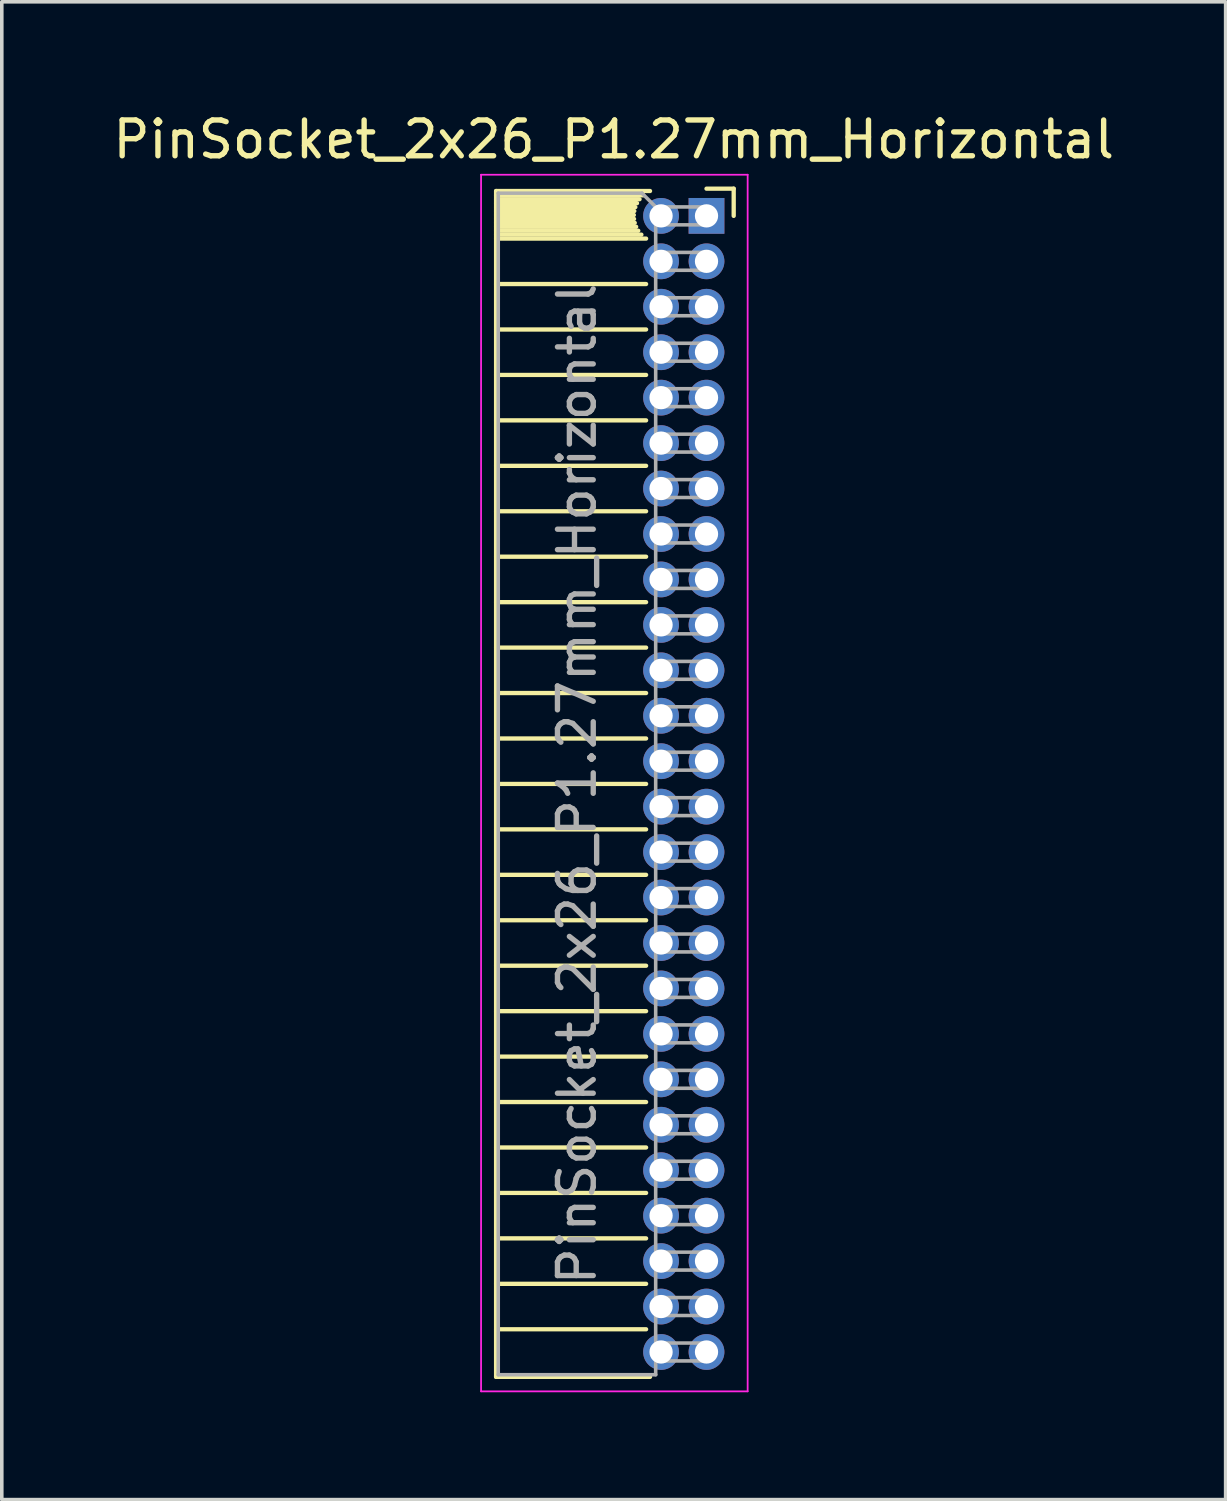
<source format=kicad_pcb>
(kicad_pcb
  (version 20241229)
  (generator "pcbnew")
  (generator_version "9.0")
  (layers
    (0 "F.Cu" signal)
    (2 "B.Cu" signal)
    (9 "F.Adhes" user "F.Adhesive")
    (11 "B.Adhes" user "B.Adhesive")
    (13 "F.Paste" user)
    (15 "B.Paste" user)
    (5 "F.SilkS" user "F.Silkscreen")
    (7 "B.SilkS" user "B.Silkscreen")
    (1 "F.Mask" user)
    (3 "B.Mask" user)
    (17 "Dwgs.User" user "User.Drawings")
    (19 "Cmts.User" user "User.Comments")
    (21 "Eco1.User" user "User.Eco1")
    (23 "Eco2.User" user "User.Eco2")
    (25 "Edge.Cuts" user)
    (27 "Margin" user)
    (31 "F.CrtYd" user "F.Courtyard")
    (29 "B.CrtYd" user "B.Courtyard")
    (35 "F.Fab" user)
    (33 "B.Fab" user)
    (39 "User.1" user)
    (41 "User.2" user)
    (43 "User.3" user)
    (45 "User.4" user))
  (footprint "PinSocket_2x26_P1.27mm_Horizontal"
    (layer "F.Cu")
    (at 16.694 2.983)
    (property "Reference" "PinSocket_2x26_P1.27mm_Horizontal" (at -2.592 -2.135 0) (layer "F.SilkS") (effects (font (size 1 1) (thickness 0.15))))
    (attr through_hole)
    (fp_line (start -5.88 -0.695) (end -5.88 32.445) (stroke (width 0.12) (type solid)) (layer "F.SilkS"))
    (fp_line (start -5.88 -0.695) (end -1.578 -0.695) (stroke (width 0.12) (type solid)) (layer "F.SilkS"))
    (fp_line (start -5.88 -0.575) (end -1.767 -0.575) (stroke (width 0.12) (type solid)) (layer "F.SilkS"))
    (fp_line (start -5.88 -0.465) (end -1.871 -0.465) (stroke (width 0.12) (type solid)) (layer "F.SilkS"))
    (fp_line (start -5.88 -0.355) (end -1.942 -0.355) (stroke (width 0.12) (type solid)) (layer "F.SilkS"))
    (fp_line (start -5.88 -0.245) (end -1.989 -0.245) (stroke (width 0.12) (type solid)) (layer "F.SilkS"))
    (fp_line (start -5.88 -0.135) (end -2.018 -0.135) (stroke (width 0.12) (type solid)) (layer "F.SilkS"))
    (fp_line (start -5.88 -0.025) (end -2.03 -0.025) (stroke (width 0.12) (type solid)) (layer "F.SilkS"))
    (fp_line (start -5.88 0.085) (end -2.025 0.085) (stroke (width 0.12) (type solid)) (layer "F.SilkS"))
    (fp_line (start -5.88 0.195) (end -2.005 0.195) (stroke (width 0.12) (type solid)) (layer "F.SilkS"))
    (fp_line (start -5.88 0.305) (end -1.966 0.305) (stroke (width 0.12) (type solid)) (layer "F.SilkS"))
    (fp_line (start -5.88 0.415) (end -1.907 0.415) (stroke (width 0.12) (type solid)) (layer "F.SilkS"))
    (fp_line (start -5.88 0.525) (end -1.82 0.525) (stroke (width 0.12) (type solid)) (layer "F.SilkS"))
    (fp_line (start -5.88 0.635) (end -1.688 0.635) (stroke (width 0.12) (type solid)) (layer "F.SilkS"))
    (fp_line (start -5.88 1.905) (end -1.688 1.905) (stroke (width 0.12) (type solid)) (layer "F.SilkS"))
    (fp_line (start -5.88 3.175) (end -1.688 3.175) (stroke (width 0.12) (type solid)) (layer "F.SilkS"))
    (fp_line (start -5.88 4.445) (end -1.688 4.445) (stroke (width 0.12) (type solid)) (layer "F.SilkS"))
    (fp_line (start -5.88 5.715) (end -1.688 5.715) (stroke (width 0.12) (type solid)) (layer "F.SilkS"))
    (fp_line (start -5.88 6.985) (end -1.688 6.985) (stroke (width 0.12) (type solid)) (layer "F.SilkS"))
    (fp_line (start -5.88 8.255) (end -1.688 8.255) (stroke (width 0.12) (type solid)) (layer "F.SilkS"))
    (fp_line (start -5.88 9.525) (end -1.688 9.525) (stroke (width 0.12) (type solid)) (layer "F.SilkS"))
    (fp_line (start -5.88 10.795) (end -1.688 10.795) (stroke (width 0.12) (type solid)) (layer "F.SilkS"))
    (fp_line (start -5.88 12.065) (end -1.688 12.065) (stroke (width 0.12) (type solid)) (layer "F.SilkS"))
    (fp_line (start -5.88 13.335) (end -1.688 13.335) (stroke (width 0.12) (type solid)) (layer "F.SilkS"))
    (fp_line (start -5.88 14.605) (end -1.688 14.605) (stroke (width 0.12) (type solid)) (layer "F.SilkS"))
    (fp_line (start -5.88 15.875) (end -1.688 15.875) (stroke (width 0.12) (type solid)) (layer "F.SilkS"))
    (fp_line (start -5.88 17.145) (end -1.688 17.145) (stroke (width 0.12) (type solid)) (layer "F.SilkS"))
    (fp_line (start -5.88 18.415) (end -1.688 18.415) (stroke (width 0.12) (type solid)) (layer "F.SilkS"))
    (fp_line (start -5.88 19.685) (end -1.688 19.685) (stroke (width 0.12) (type solid)) (layer "F.SilkS"))
    (fp_line (start -5.88 20.955) (end -1.688 20.955) (stroke (width 0.12) (type solid)) (layer "F.SilkS"))
    (fp_line (start -5.88 22.225) (end -1.688 22.225) (stroke (width 0.12) (type solid)) (layer "F.SilkS"))
    (fp_line (start -5.88 23.495) (end -1.688 23.495) (stroke (width 0.12) (type solid)) (layer "F.SilkS"))
    (fp_line (start -5.88 24.765) (end -1.688 24.765) (stroke (width 0.12) (type solid)) (layer "F.SilkS"))
    (fp_line (start -5.88 26.035) (end -1.688 26.035) (stroke (width 0.12) (type solid)) (layer "F.SilkS"))
    (fp_line (start -5.88 27.305) (end -1.688 27.305) (stroke (width 0.12) (type solid)) (layer "F.SilkS"))
    (fp_line (start -5.88 28.575) (end -1.688 28.575) (stroke (width 0.12) (type solid)) (layer "F.SilkS"))
    (fp_line (start -5.88 29.845) (end -1.688 29.845) (stroke (width 0.12) (type solid)) (layer "F.SilkS"))
    (fp_line (start -5.88 31.115) (end -1.688 31.115) (stroke (width 0.12) (type solid)) (layer "F.SilkS"))
    (fp_line (start -5.88 32.445) (end -1.578 32.445) (stroke (width 0.12) (type solid)) (layer "F.SilkS"))
    (fp_line (start 0 -0.76) (end 0.76 -0.76) (stroke (width 0.12) (type solid)) (layer "F.SilkS"))
    (fp_line (start 0.76 -0.76) (end 0.76 0) (stroke (width 0.12) (type solid)) (layer "F.SilkS"))
    (fp_line (start -6.3 -1.15) (end -6.3 32.85) (stroke (width 0.05) (type solid)) (layer "F.CrtYd"))
    (fp_line (start -6.3 32.85) (end 1.15 32.85) (stroke (width 0.05) (type solid)) (layer "F.CrtYd"))
    (fp_line (start 1.15 -1.15) (end -6.3 -1.15) (stroke (width 0.05) (type solid)) (layer "F.CrtYd"))
    (fp_line (start 1.15 32.85) (end 1.15 -1.15) (stroke (width 0.05) (type solid)) (layer "F.CrtYd"))
    (fp_line (start -5.82 -0.635) (end -1.805 -0.635) (stroke (width 0.1) (type solid)) (layer "F.Fab"))
    (fp_line (start -5.82 32.385) (end -5.82 -0.635) (stroke (width 0.1) (type solid)) (layer "F.Fab"))
    (fp_line (start -1.805 -0.635) (end -1.42 -0.25) (stroke (width 0.1) (type solid)) (layer "F.Fab"))
    (fp_line (start -1.42 -0.25) (end -1.42 32.385) (stroke (width 0.1) (type solid)) (layer "F.Fab"))
    (fp_line (start -1.42 0.25) (end 0 0.25) (stroke (width 0.1) (type solid)) (layer "F.Fab"))
    (fp_line (start -1.42 1.52) (end 0 1.52) (stroke (width 0.1) (type solid)) (layer "F.Fab"))
    (fp_line (start -1.42 2.79) (end 0 2.79) (stroke (width 0.1) (type solid)) (layer "F.Fab"))
    (fp_line (start -1.42 4.06) (end 0 4.06) (stroke (width 0.1) (type solid)) (layer "F.Fab"))
    (fp_line (start -1.42 5.33) (end 0 5.33) (stroke (width 0.1) (type solid)) (layer "F.Fab"))
    (fp_line (start -1.42 6.6) (end 0 6.6) (stroke (width 0.1) (type solid)) (layer "F.Fab"))
    (fp_line (start -1.42 7.87) (end 0 7.87) (stroke (width 0.1) (type solid)) (layer "F.Fab"))
    (fp_line (start -1.42 9.14) (end 0 9.14) (stroke (width 0.1) (type solid)) (layer "F.Fab"))
    (fp_line (start -1.42 10.41) (end 0 10.41) (stroke (width 0.1) (type solid)) (layer "F.Fab"))
    (fp_line (start -1.42 11.68) (end 0 11.68) (stroke (width 0.1) (type solid)) (layer "F.Fab"))
    (fp_line (start -1.42 12.95) (end 0 12.95) (stroke (width 0.1) (type solid)) (layer "F.Fab"))
    (fp_line (start -1.42 14.22) (end 0 14.22) (stroke (width 0.1) (type solid)) (layer "F.Fab"))
    (fp_line (start -1.42 15.49) (end 0 15.49) (stroke (width 0.1) (type solid)) (layer "F.Fab"))
    (fp_line (start -1.42 16.76) (end 0 16.76) (stroke (width 0.1) (type solid)) (layer "F.Fab"))
    (fp_line (start -1.42 18.03) (end 0 18.03) (stroke (width 0.1) (type solid)) (layer "F.Fab"))
    (fp_line (start -1.42 19.3) (end 0 19.3) (stroke (width 0.1) (type solid)) (layer "F.Fab"))
    (fp_line (start -1.42 20.57) (end 0 20.57) (stroke (width 0.1) (type solid)) (layer "F.Fab"))
    (fp_line (start -1.42 21.84) (end 0 21.84) (stroke (width 0.1) (type solid)) (layer "F.Fab"))
    (fp_line (start -1.42 23.11) (end 0 23.11) (stroke (width 0.1) (type solid)) (layer "F.Fab"))
    (fp_line (start -1.42 24.38) (end 0 24.38) (stroke (width 0.1) (type solid)) (layer "F.Fab"))
    (fp_line (start -1.42 25.65) (end 0 25.65) (stroke (width 0.1) (type solid)) (layer "F.Fab"))
    (fp_line (start -1.42 26.92) (end 0 26.92) (stroke (width 0.1) (type solid)) (layer "F.Fab"))
    (fp_line (start -1.42 28.19) (end 0 28.19) (stroke (width 0.1) (type solid)) (layer "F.Fab"))
    (fp_line (start -1.42 29.46) (end 0 29.46) (stroke (width 0.1) (type solid)) (layer "F.Fab"))
    (fp_line (start -1.42 30.73) (end 0 30.73) (stroke (width 0.1) (type solid)) (layer "F.Fab"))
    (fp_line (start -1.42 32) (end 0 32) (stroke (width 0.1) (type solid)) (layer "F.Fab"))
    (fp_line (start -1.42 32.385) (end -5.82 32.385) (stroke (width 0.1) (type solid)) (layer "F.Fab"))
    (fp_line (start 0 -0.25) (end -1.42 -0.25) (stroke (width 0.1) (type solid)) (layer "F.Fab"))
    (fp_line (start 0 0.25) (end 0 -0.25) (stroke (width 0.1) (type solid)) (layer "F.Fab"))
    (fp_line (start 0 1.02) (end -1.42 1.02) (stroke (width 0.1) (type solid)) (layer "F.Fab"))
    (fp_line (start 0 1.52) (end 0 1.02) (stroke (width 0.1) (type solid)) (layer "F.Fab"))
    (fp_line (start 0 2.29) (end -1.42 2.29) (stroke (width 0.1) (type solid)) (layer "F.Fab"))
    (fp_line (start 0 2.79) (end 0 2.29) (stroke (width 0.1) (type solid)) (layer "F.Fab"))
    (fp_line (start 0 3.56) (end -1.42 3.56) (stroke (width 0.1) (type solid)) (layer "F.Fab"))
    (fp_line (start 0 4.06) (end 0 3.56) (stroke (width 0.1) (type solid)) (layer "F.Fab"))
    (fp_line (start 0 4.83) (end -1.42 4.83) (stroke (width 0.1) (type solid)) (layer "F.Fab"))
    (fp_line (start 0 5.33) (end 0 4.83) (stroke (width 0.1) (type solid)) (layer "F.Fab"))
    (fp_line (start 0 6.1) (end -1.42 6.1) (stroke (width 0.1) (type solid)) (layer "F.Fab"))
    (fp_line (start 0 6.6) (end 0 6.1) (stroke (width 0.1) (type solid)) (layer "F.Fab"))
    (fp_line (start 0 7.37) (end -1.42 7.37) (stroke (width 0.1) (type solid)) (layer "F.Fab"))
    (fp_line (start 0 7.87) (end 0 7.37) (stroke (width 0.1) (type solid)) (layer "F.Fab"))
    (fp_line (start 0 8.64) (end -1.42 8.64) (stroke (width 0.1) (type solid)) (layer "F.Fab"))
    (fp_line (start 0 9.14) (end 0 8.64) (stroke (width 0.1) (type solid)) (layer "F.Fab"))
    (fp_line (start 0 9.91) (end -1.42 9.91) (stroke (width 0.1) (type solid)) (layer "F.Fab"))
    (fp_line (start 0 10.41) (end 0 9.91) (stroke (width 0.1) (type solid)) (layer "F.Fab"))
    (fp_line (start 0 11.18) (end -1.42 11.18) (stroke (width 0.1) (type solid)) (layer "F.Fab"))
    (fp_line (start 0 11.68) (end 0 11.18) (stroke (width 0.1) (type solid)) (layer "F.Fab"))
    (fp_line (start 0 12.45) (end -1.42 12.45) (stroke (width 0.1) (type solid)) (layer "F.Fab"))
    (fp_line (start 0 12.95) (end 0 12.45) (stroke (width 0.1) (type solid)) (layer "F.Fab"))
    (fp_line (start 0 13.72) (end -1.42 13.72) (stroke (width 0.1) (type solid)) (layer "F.Fab"))
    (fp_line (start 0 14.22) (end 0 13.72) (stroke (width 0.1) (type solid)) (layer "F.Fab"))
    (fp_line (start 0 14.99) (end -1.42 14.99) (stroke (width 0.1) (type solid)) (layer "F.Fab"))
    (fp_line (start 0 15.49) (end 0 14.99) (stroke (width 0.1) (type solid)) (layer "F.Fab"))
    (fp_line (start 0 16.26) (end -1.42 16.26) (stroke (width 0.1) (type solid)) (layer "F.Fab"))
    (fp_line (start 0 16.76) (end 0 16.26) (stroke (width 0.1) (type solid)) (layer "F.Fab"))
    (fp_line (start 0 17.53) (end -1.42 17.53) (stroke (width 0.1) (type solid)) (layer "F.Fab"))
    (fp_line (start 0 18.03) (end 0 17.53) (stroke (width 0.1) (type solid)) (layer "F.Fab"))
    (fp_line (start 0 18.8) (end -1.42 18.8) (stroke (width 0.1) (type solid)) (layer "F.Fab"))
    (fp_line (start 0 19.3) (end 0 18.8) (stroke (width 0.1) (type solid)) (layer "F.Fab"))
    (fp_line (start 0 20.07) (end -1.42 20.07) (stroke (width 0.1) (type solid)) (layer "F.Fab"))
    (fp_line (start 0 20.57) (end 0 20.07) (stroke (width 0.1) (type solid)) (layer "F.Fab"))
    (fp_line (start 0 21.34) (end -1.42 21.34) (stroke (width 0.1) (type solid)) (layer "F.Fab"))
    (fp_line (start 0 21.84) (end 0 21.34) (stroke (width 0.1) (type solid)) (layer "F.Fab"))
    (fp_line (start 0 22.61) (end -1.42 22.61) (stroke (width 0.1) (type solid)) (layer "F.Fab"))
    (fp_line (start 0 23.11) (end 0 22.61) (stroke (width 0.1) (type solid)) (layer "F.Fab"))
    (fp_line (start 0 23.88) (end -1.42 23.88) (stroke (width 0.1) (type solid)) (layer "F.Fab"))
    (fp_line (start 0 24.38) (end 0 23.88) (stroke (width 0.1) (type solid)) (layer "F.Fab"))
    (fp_line (start 0 25.15) (end -1.42 25.15) (stroke (width 0.1) (type solid)) (layer "F.Fab"))
    (fp_line (start 0 25.65) (end 0 25.15) (stroke (width 0.1) (type solid)) (layer "F.Fab"))
    (fp_line (start 0 26.42) (end -1.42 26.42) (stroke (width 0.1) (type solid)) (layer "F.Fab"))
    (fp_line (start 0 26.92) (end 0 26.42) (stroke (width 0.1) (type solid)) (layer "F.Fab"))
    (fp_line (start 0 27.69) (end -1.42 27.69) (stroke (width 0.1) (type solid)) (layer "F.Fab"))
    (fp_line (start 0 28.19) (end 0 27.69) (stroke (width 0.1) (type solid)) (layer "F.Fab"))
    (fp_line (start 0 28.96) (end -1.42 28.96) (stroke (width 0.1) (type solid)) (layer "F.Fab"))
    (fp_line (start 0 29.46) (end 0 28.96) (stroke (width 0.1) (type solid)) (layer "F.Fab"))
    (fp_line (start 0 30.23) (end -1.42 30.23) (stroke (width 0.1) (type solid)) (layer "F.Fab"))
    (fp_line (start 0 30.73) (end 0 30.23) (stroke (width 0.1) (type solid)) (layer "F.Fab"))
    (fp_line (start 0 31.5) (end -1.42 31.5) (stroke (width 0.1) (type solid)) (layer "F.Fab"))
    (fp_line (start 0 32) (end 0 31.5) (stroke (width 0.1) (type solid)) (layer "F.Fab"))
    (fp_text user "${REFERENCE}" (at -3.62 15.875 90) (layer "F.Fab") (effects (font (size 1 1) (thickness 0.15))))
    (pad "1" thru_hole rect (at 0 0) (size 1 1) (drill 0.65) (layers "*.Cu" "*.Mask"))
    (pad "2" thru_hole circle (at -1.27 0) (size 1 1) (drill 0.65) (layers "*.Cu" "*.Mask"))
    (pad "3" thru_hole circle (at 0 1.27) (size 1 1) (drill 0.65) (layers "*.Cu" "*.Mask"))
    (pad "4" thru_hole circle (at -1.27 1.27) (size 1 1) (drill 0.65) (layers "*.Cu" "*.Mask"))
    (pad "5" thru_hole circle (at 0 2.54) (size 1 1) (drill 0.65) (layers "*.Cu" "*.Mask"))
    (pad "6" thru_hole circle (at -1.27 2.54) (size 1 1) (drill 0.65) (layers "*.Cu" "*.Mask"))
    (pad "7" thru_hole circle (at 0 3.81) (size 1 1) (drill 0.65) (layers "*.Cu" "*.Mask"))
    (pad "8" thru_hole circle (at -1.27 3.81) (size 1 1) (drill 0.65) (layers "*.Cu" "*.Mask"))
    (pad "9" thru_hole circle (at 0 5.08) (size 1 1) (drill 0.65) (layers "*.Cu" "*.Mask"))
    (pad "10" thru_hole circle (at -1.27 5.08) (size 1 1) (drill 0.65) (layers "*.Cu" "*.Mask"))
    (pad "11" thru_hole circle (at 0 6.35) (size 1 1) (drill 0.65) (layers "*.Cu" "*.Mask"))
    (pad "12" thru_hole circle (at -1.27 6.35) (size 1 1) (drill 0.65) (layers "*.Cu" "*.Mask"))
    (pad "13" thru_hole circle (at 0 7.62) (size 1 1) (drill 0.65) (layers "*.Cu" "*.Mask"))
    (pad "14" thru_hole circle (at -1.27 7.62) (size 1 1) (drill 0.65) (layers "*.Cu" "*.Mask"))
    (pad "15" thru_hole circle (at 0 8.89) (size 1 1) (drill 0.65) (layers "*.Cu" "*.Mask"))
    (pad "16" thru_hole circle (at -1.27 8.89) (size 1 1) (drill 0.65) (layers "*.Cu" "*.Mask"))
    (pad "17" thru_hole circle (at 0 10.16) (size 1 1) (drill 0.65) (layers "*.Cu" "*.Mask"))
    (pad "18" thru_hole circle (at -1.27 10.16) (size 1 1) (drill 0.65) (layers "*.Cu" "*.Mask"))
    (pad "19" thru_hole circle (at 0 11.43) (size 1 1) (drill 0.65) (layers "*.Cu" "*.Mask"))
    (pad "20" thru_hole circle (at -1.27 11.43) (size 1 1) (drill 0.65) (layers "*.Cu" "*.Mask"))
    (pad "21" thru_hole circle (at 0 12.7) (size 1 1) (drill 0.65) (layers "*.Cu" "*.Mask"))
    (pad "22" thru_hole circle (at -1.27 12.7) (size 1 1) (drill 0.65) (layers "*.Cu" "*.Mask"))
    (pad "23" thru_hole circle (at 0 13.97) (size 1 1) (drill 0.65) (layers "*.Cu" "*.Mask"))
    (pad "24" thru_hole circle (at -1.27 13.97) (size 1 1) (drill 0.65) (layers "*.Cu" "*.Mask"))
    (pad "25" thru_hole circle (at 0 15.24) (size 1 1) (drill 0.65) (layers "*.Cu" "*.Mask"))
    (pad "26" thru_hole circle (at -1.27 15.24) (size 1 1) (drill 0.65) (layers "*.Cu" "*.Mask"))
    (pad "27" thru_hole circle (at 0 16.51) (size 1 1) (drill 0.65) (layers "*.Cu" "*.Mask"))
    (pad "28" thru_hole circle (at -1.27 16.51) (size 1 1) (drill 0.65) (layers "*.Cu" "*.Mask"))
    (pad "29" thru_hole circle (at 0 17.78) (size 1 1) (drill 0.65) (layers "*.Cu" "*.Mask"))
    (pad "30" thru_hole circle (at -1.27 17.78) (size 1 1) (drill 0.65) (layers "*.Cu" "*.Mask"))
    (pad "31" thru_hole circle (at 0 19.05) (size 1 1) (drill 0.65) (layers "*.Cu" "*.Mask"))
    (pad "32" thru_hole circle (at -1.27 19.05) (size 1 1) (drill 0.65) (layers "*.Cu" "*.Mask"))
    (pad "33" thru_hole circle (at 0 20.32) (size 1 1) (drill 0.65) (layers "*.Cu" "*.Mask"))
    (pad "34" thru_hole circle (at -1.27 20.32) (size 1 1) (drill 0.65) (layers "*.Cu" "*.Mask"))
    (pad "35" thru_hole circle (at 0 21.59) (size 1 1) (drill 0.65) (layers "*.Cu" "*.Mask"))
    (pad "36" thru_hole circle (at -1.27 21.59) (size 1 1) (drill 0.65) (layers "*.Cu" "*.Mask"))
    (pad "37" thru_hole circle (at 0 22.86) (size 1 1) (drill 0.65) (layers "*.Cu" "*.Mask"))
    (pad "38" thru_hole circle (at -1.27 22.86) (size 1 1) (drill 0.65) (layers "*.Cu" "*.Mask"))
    (pad "39" thru_hole circle (at 0 24.13) (size 1 1) (drill 0.65) (layers "*.Cu" "*.Mask"))
    (pad "40" thru_hole circle (at -1.27 24.13) (size 1 1) (drill 0.65) (layers "*.Cu" "*.Mask"))
    (pad "41" thru_hole circle (at 0 25.4) (size 1 1) (drill 0.65) (layers "*.Cu" "*.Mask"))
    (pad "42" thru_hole circle (at -1.27 25.4) (size 1 1) (drill 0.65) (layers "*.Cu" "*.Mask"))
    (pad "43" thru_hole circle (at 0 26.67) (size 1 1) (drill 0.65) (layers "*.Cu" "*.Mask"))
    (pad "44" thru_hole circle (at -1.27 26.67) (size 1 1) (drill 0.65) (layers "*.Cu" "*.Mask"))
    (pad "45" thru_hole circle (at 0 27.94) (size 1 1) (drill 0.65) (layers "*.Cu" "*.Mask"))
    (pad "46" thru_hole circle (at -1.27 27.94) (size 1 1) (drill 0.65) (layers "*.Cu" "*.Mask"))
    (pad "47" thru_hole circle (at 0 29.21) (size 1 1) (drill 0.65) (layers "*.Cu" "*.Mask"))
    (pad "48" thru_hole circle (at -1.27 29.21) (size 1 1) (drill 0.65) (layers "*.Cu" "*.Mask"))
    (pad "49" thru_hole circle (at 0 30.48) (size 1 1) (drill 0.65) (layers "*.Cu" "*.Mask"))
    (pad "50" thru_hole circle (at -1.27 30.48) (size 1 1) (drill 0.65) (layers "*.Cu" "*.Mask"))
    (pad "51" thru_hole circle (at 0 31.75) (size 1 1) (drill 0.65) (layers "*.Cu" "*.Mask"))
    (pad "52" thru_hole circle (at -1.27 31.75) (size 1 1) (drill 0.65) (layers "*.Cu" "*.Mask")))
  (gr_rect
    (start -3 -3)
    (end 31.202 38.858)
    (stroke (width 0.1) (type default))
    (fill no)
    (layer "Edge.Cuts")))
</source>
